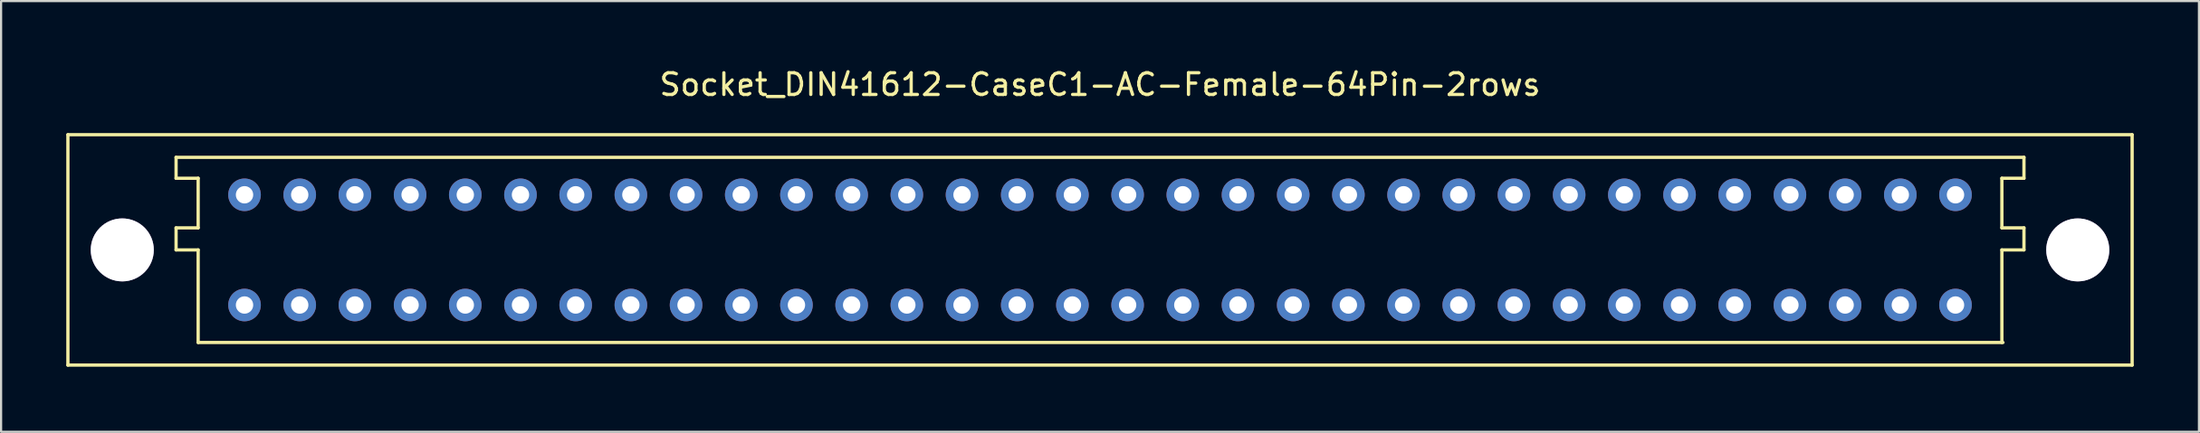
<source format=kicad_pcb>
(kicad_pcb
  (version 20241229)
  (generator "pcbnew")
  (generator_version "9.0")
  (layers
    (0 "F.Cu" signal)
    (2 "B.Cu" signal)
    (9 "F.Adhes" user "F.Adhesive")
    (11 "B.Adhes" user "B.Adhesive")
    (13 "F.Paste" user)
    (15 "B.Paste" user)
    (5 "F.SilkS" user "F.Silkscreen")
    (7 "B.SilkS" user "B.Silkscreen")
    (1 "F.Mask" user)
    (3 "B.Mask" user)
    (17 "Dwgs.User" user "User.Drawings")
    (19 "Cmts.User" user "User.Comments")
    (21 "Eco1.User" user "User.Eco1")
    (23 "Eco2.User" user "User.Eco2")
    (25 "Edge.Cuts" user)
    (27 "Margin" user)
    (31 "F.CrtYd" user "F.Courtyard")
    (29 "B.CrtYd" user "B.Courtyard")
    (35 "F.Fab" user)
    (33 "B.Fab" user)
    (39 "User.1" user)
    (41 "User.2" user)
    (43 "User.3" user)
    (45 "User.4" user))
  (footprint "Socket_DIN41612-CaseC1-AC-Female-64Pin-2rows"
    (layer "F.Cu")
    (at 47.573 8.468)
    (property "Reference" "Socket_DIN41612-CaseC1-AC-Female-64Pin-2rows" (at 0 -7.62 0) (layer "F.SilkS") (effects (font (size 1 1) (thickness 0.15))))
    (attr through_hole)
    (fp_line (start -47.498 -5.309) (end -47.498 5.309) (stroke (width 0.15) (type solid)) (layer "F.SilkS"))
    (fp_line (start -47.498 5.309) (end 47.498 5.309) (stroke (width 0.15) (type solid)) (layer "F.SilkS"))
    (fp_line (start -42.52 -3.302) (end -42.52 -4.267) (stroke (width 0.15) (type solid)) (layer "F.SilkS"))
    (fp_line (start -42.52 -1.016) (end -41.504 -1.016) (stroke (width 0.15) (type solid)) (layer "F.SilkS"))
    (fp_line (start -42.52 0) (end -42.52 -1.016) (stroke (width 0.15) (type solid)) (layer "F.SilkS"))
    (fp_line (start -41.504 -3.302) (end -42.52 -3.302) (stroke (width 0.15) (type solid)) (layer "F.SilkS"))
    (fp_line (start -41.504 -1.016) (end -41.504 -3.302) (stroke (width 0.15) (type solid)) (layer "F.SilkS"))
    (fp_line (start -41.504 0) (end -42.52 0) (stroke (width 0.15) (type solid)) (layer "F.SilkS"))
    (fp_line (start -41.504 4.267) (end -41.504 0) (stroke (width 0.15) (type solid)) (layer "F.SilkS"))
    (fp_line (start -41.504 4.267) (end 41.554 4.267) (stroke (width 0.15) (type solid)) (layer "F.SilkS"))
    (fp_line (start 41.504 -3.302) (end 42.52 -3.302) (stroke (width 0.15) (type solid)) (layer "F.SilkS"))
    (fp_line (start 41.504 -1.016) (end 41.504 -3.302) (stroke (width 0.15) (type solid)) (layer "F.SilkS"))
    (fp_line (start 41.504 0) (end 42.52 0) (stroke (width 0.15) (type solid)) (layer "F.SilkS"))
    (fp_line (start 41.504 4.267) (end 41.504 0) (stroke (width 0.15) (type solid)) (layer "F.SilkS"))
    (fp_line (start 42.52 -4.267) (end -42.52 -4.267) (stroke (width 0.15) (type solid)) (layer "F.SilkS"))
    (fp_line (start 42.52 -3.302) (end 42.52 -4.267) (stroke (width 0.15) (type solid)) (layer "F.SilkS"))
    (fp_line (start 42.52 -1.016) (end 41.504 -1.016) (stroke (width 0.15) (type solid)) (layer "F.SilkS"))
    (fp_line (start 42.52 0) (end 42.52 -1.016) (stroke (width 0.15) (type solid)) (layer "F.SilkS"))
    (fp_line (start 47.498 -5.309) (end -47.498 -5.309) (stroke (width 0.15) (type solid)) (layer "F.SilkS"))
    (fp_line (start 47.498 5.309) (end 47.498 -5.309) (stroke (width 0.15) (type solid)) (layer "F.SilkS"))
    (pad "1" thru_hole circle (at -44.996 0) (size 2.901 2.901) (drill 2.901) (layers "*.Cu" "*.Mask"))
    (pad "1" thru_hole circle (at 44.996 0) (size 2.901 2.901) (drill 2.901) (layers "*.Cu" "*.Mask"))
    (pad "1a" thru_hole circle (at 39.37 -2.54 180) (size 1.501 1.501) (drill 0.8) (layers "*.Cu" "*.Mask"))
    (pad "1c" thru_hole circle (at 39.37 2.54 180) (size 1.501 1.501) (drill 0.8) (layers "*.Cu" "*.Mask"))
    (pad "2a" thru_hole circle (at 36.83 -2.54 180) (size 1.501 1.501) (drill 0.8) (layers "*.Cu" "*.Mask"))
    (pad "2c" thru_hole circle (at 36.83 2.54 180) (size 1.501 1.501) (drill 0.8) (layers "*.Cu" "*.Mask"))
    (pad "3a" thru_hole circle (at 34.29 -2.54 180) (size 1.501 1.501) (drill 0.8) (layers "*.Cu" "*.Mask"))
    (pad "3c" thru_hole circle (at 34.29 2.54 180) (size 1.501 1.501) (drill 0.8) (layers "*.Cu" "*.Mask"))
    (pad "4a" thru_hole circle (at 31.75 -2.54 180) (size 1.501 1.501) (drill 0.8) (layers "*.Cu" "*.Mask"))
    (pad "4c" thru_hole circle (at 31.75 2.54 180) (size 1.501 1.501) (drill 0.8) (layers "*.Cu" "*.Mask"))
    (pad "5a" thru_hole circle (at 29.21 -2.54 180) (size 1.501 1.501) (drill 0.8) (layers "*.Cu" "*.Mask"))
    (pad "5c" thru_hole circle (at 29.21 2.54 180) (size 1.501 1.501) (drill 0.8) (layers "*.Cu" "*.Mask"))
    (pad "6a" thru_hole circle (at 26.67 -2.54 180) (size 1.501 1.501) (drill 0.8) (layers "*.Cu" "*.Mask"))
    (pad "6c" thru_hole circle (at 26.67 2.54 180) (size 1.501 1.501) (drill 0.8) (layers "*.Cu" "*.Mask"))
    (pad "7a" thru_hole circle (at 24.13 -2.54 180) (size 1.501 1.501) (drill 0.8) (layers "*.Cu" "*.Mask"))
    (pad "7c" thru_hole circle (at 24.13 2.54 180) (size 1.501 1.501) (drill 0.8) (layers "*.Cu" "*.Mask"))
    (pad "8a" thru_hole circle (at 21.59 -2.54 180) (size 1.501 1.501) (drill 0.8) (layers "*.Cu" "*.Mask"))
    (pad "8c" thru_hole circle (at 21.59 2.54 180) (size 1.501 1.501) (drill 0.8) (layers "*.Cu" "*.Mask"))
    (pad "9a" thru_hole circle (at 19.05 -2.54 180) (size 1.501 1.501) (drill 0.8) (layers "*.Cu" "*.Mask"))
    (pad "9c" thru_hole circle (at 19.05 2.54 180) (size 1.501 1.501) (drill 0.8) (layers "*.Cu" "*.Mask"))
    (pad "10a" thru_hole circle (at 16.51 -2.54 180) (size 1.501 1.501) (drill 0.8) (layers "*.Cu" "*.Mask"))
    (pad "10c" thru_hole circle (at 16.51 2.54 180) (size 1.501 1.501) (drill 0.8) (layers "*.Cu" "*.Mask"))
    (pad "11a" thru_hole circle (at 13.97 -2.54 180) (size 1.501 1.501) (drill 0.8) (layers "*.Cu" "*.Mask"))
    (pad "11c" thru_hole circle (at 13.97 2.54 180) (size 1.501 1.501) (drill 0.8) (layers "*.Cu" "*.Mask"))
    (pad "12a" thru_hole circle (at 11.43 -2.54 180) (size 1.501 1.501) (drill 0.8) (layers "*.Cu" "*.Mask"))
    (pad "12c" thru_hole circle (at 11.43 2.54 180) (size 1.501 1.501) (drill 0.8) (layers "*.Cu" "*.Mask"))
    (pad "13a" thru_hole circle (at 8.89 -2.54 180) (size 1.501 1.501) (drill 0.8) (layers "*.Cu" "*.Mask"))
    (pad "13c" thru_hole circle (at 8.89 2.54 180) (size 1.501 1.501) (drill 0.8) (layers "*.Cu" "*.Mask"))
    (pad "14a" thru_hole circle (at 6.35 -2.54 180) (size 1.501 1.501) (drill 0.8) (layers "*.Cu" "*.Mask"))
    (pad "14c" thru_hole circle (at 6.35 2.54 180) (size 1.501 1.501) (drill 0.8) (layers "*.Cu" "*.Mask"))
    (pad "15a" thru_hole circle (at 3.81 -2.54 180) (size 1.501 1.501) (drill 0.8) (layers "*.Cu" "*.Mask"))
    (pad "15c" thru_hole circle (at 3.81 2.54 180) (size 1.501 1.501) (drill 0.8) (layers "*.Cu" "*.Mask"))
    (pad "16a" thru_hole circle (at 1.27 -2.54 180) (size 1.501 1.501) (drill 0.8) (layers "*.Cu" "*.Mask"))
    (pad "16c" thru_hole circle (at 1.27 2.54 180) (size 1.501 1.501) (drill 0.8) (layers "*.Cu" "*.Mask"))
    (pad "17a" thru_hole circle (at -1.27 -2.54 180) (size 1.501 1.501) (drill 0.8) (layers "*.Cu" "*.Mask"))
    (pad "17c" thru_hole circle (at -1.27 2.54 180) (size 1.501 1.501) (drill 0.8) (layers "*.Cu" "*.Mask"))
    (pad "18a" thru_hole circle (at -3.81 -2.54 180) (size 1.501 1.501) (drill 0.8) (layers "*.Cu" "*.Mask"))
    (pad "18c" thru_hole circle (at -3.81 2.54 180) (size 1.501 1.501) (drill 0.8) (layers "*.Cu" "*.Mask"))
    (pad "19a" thru_hole circle (at -6.35 -2.54 180) (size 1.501 1.501) (drill 0.8) (layers "*.Cu" "*.Mask"))
    (pad "19c" thru_hole circle (at -6.35 2.54 180) (size 1.501 1.501) (drill 0.8) (layers "*.Cu" "*.Mask"))
    (pad "20a" thru_hole circle (at -8.89 -2.54 180) (size 1.501 1.501) (drill 0.8) (layers "*.Cu" "*.Mask"))
    (pad "20c" thru_hole circle (at -8.89 2.54 180) (size 1.501 1.501) (drill 0.8) (layers "*.Cu" "*.Mask"))
    (pad "21a" thru_hole circle (at -11.43 -2.54 180) (size 1.501 1.501) (drill 0.8) (layers "*.Cu" "*.Mask"))
    (pad "21c" thru_hole circle (at -11.43 2.54 180) (size 1.501 1.501) (drill 0.8) (layers "*.Cu" "*.Mask"))
    (pad "22a" thru_hole circle (at -13.97 -2.54 180) (size 1.501 1.501) (drill 0.8) (layers "*.Cu" "*.Mask"))
    (pad "22c" thru_hole circle (at -13.97 2.54 180) (size 1.501 1.501) (drill 0.8) (layers "*.Cu" "*.Mask"))
    (pad "23a" thru_hole circle (at -16.51 -2.54 180) (size 1.501 1.501) (drill 0.8) (layers "*.Cu" "*.Mask"))
    (pad "23c" thru_hole circle (at -16.51 2.54 180) (size 1.501 1.501) (drill 0.8) (layers "*.Cu" "*.Mask"))
    (pad "24a" thru_hole circle (at -19.05 -2.54 180) (size 1.501 1.501) (drill 0.8) (layers "*.Cu" "*.Mask"))
    (pad "24c" thru_hole circle (at -19.05 2.54 180) (size 1.501 1.501) (drill 0.8) (layers "*.Cu" "*.Mask"))
    (pad "25a" thru_hole circle (at -21.59 -2.54 180) (size 1.501 1.501) (drill 0.8) (layers "*.Cu" "*.Mask"))
    (pad "25c" thru_hole circle (at -21.59 2.54 180) (size 1.501 1.501) (drill 0.8) (layers "*.Cu" "*.Mask"))
    (pad "26a" thru_hole circle (at -24.13 -2.54 180) (size 1.501 1.501) (drill 0.8) (layers "*.Cu" "*.Mask"))
    (pad "26c" thru_hole circle (at -24.13 2.54 180) (size 1.501 1.501) (drill 0.8) (layers "*.Cu" "*.Mask"))
    (pad "27a" thru_hole circle (at -26.67 -2.54 180) (size 1.501 1.501) (drill 0.8) (layers "*.Cu" "*.Mask"))
    (pad "27c" thru_hole circle (at -26.67 2.54 180) (size 1.501 1.501) (drill 0.8) (layers "*.Cu" "*.Mask"))
    (pad "28a" thru_hole circle (at -29.21 -2.54 180) (size 1.501 1.501) (drill 0.8) (layers "*.Cu" "*.Mask"))
    (pad "28c" thru_hole circle (at -29.21 2.54 180) (size 1.501 1.501) (drill 0.8) (layers "*.Cu" "*.Mask"))
    (pad "29a" thru_hole circle (at -31.75 -2.54 180) (size 1.501 1.501) (drill 0.8) (layers "*.Cu" "*.Mask"))
    (pad "29c" thru_hole circle (at -31.75 2.54 180) (size 1.501 1.501) (drill 0.8) (layers "*.Cu" "*.Mask"))
    (pad "30a" thru_hole circle (at -34.29 -2.54 180) (size 1.501 1.501) (drill 0.8) (layers "*.Cu" "*.Mask"))
    (pad "30c" thru_hole circle (at -34.29 2.54 180) (size 1.501 1.501) (drill 0.8) (layers "*.Cu" "*.Mask"))
    (pad "31a" thru_hole circle (at -36.83 -2.54 180) (size 1.501 1.501) (drill 0.8) (layers "*.Cu" "*.Mask"))
    (pad "31c" thru_hole circle (at -36.83 2.54 180) (size 1.501 1.501) (drill 0.8) (layers "*.Cu" "*.Mask"))
    (pad "32a" thru_hole circle (at -39.37 -2.54 180) (size 1.501 1.501) (drill 0.8) (layers "*.Cu" "*.Mask"))
    (pad "32c" thru_hole circle (at -39.37 2.54 180) (size 1.501 1.501) (drill 0.8) (layers "*.Cu" "*.Mask")))
  (gr_rect
    (start -3 -3)
    (end 98.146 16.852)
    (stroke (width 0.1) (type default))
    (fill no)
    (layer "Edge.Cuts")))
</source>
